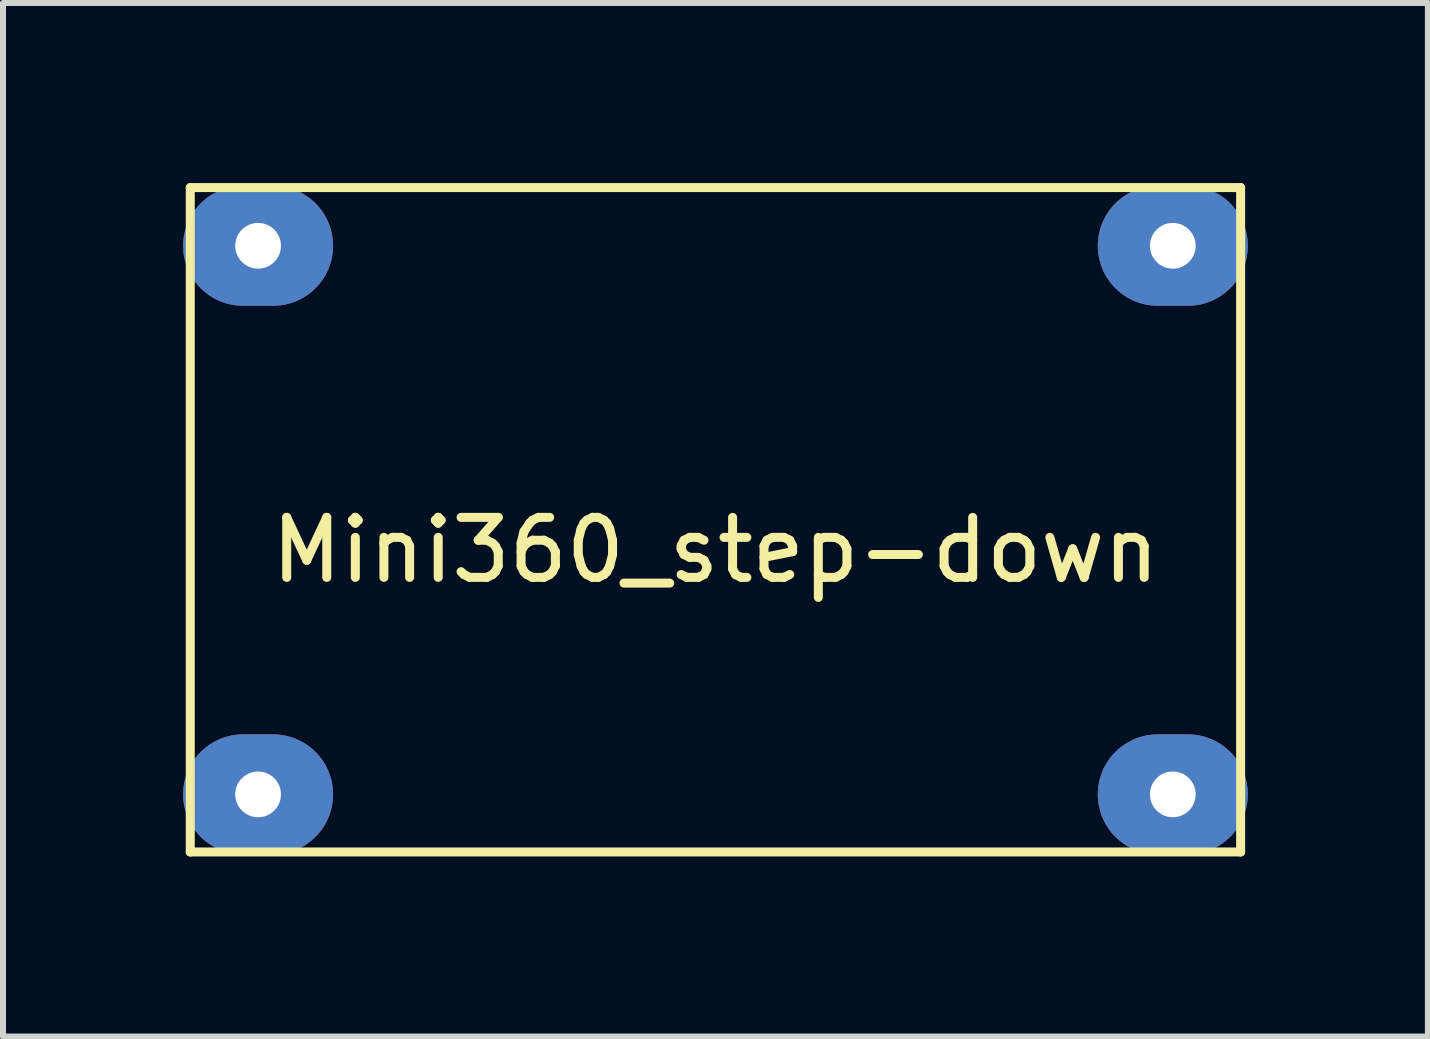
<source format=kicad_pcb>
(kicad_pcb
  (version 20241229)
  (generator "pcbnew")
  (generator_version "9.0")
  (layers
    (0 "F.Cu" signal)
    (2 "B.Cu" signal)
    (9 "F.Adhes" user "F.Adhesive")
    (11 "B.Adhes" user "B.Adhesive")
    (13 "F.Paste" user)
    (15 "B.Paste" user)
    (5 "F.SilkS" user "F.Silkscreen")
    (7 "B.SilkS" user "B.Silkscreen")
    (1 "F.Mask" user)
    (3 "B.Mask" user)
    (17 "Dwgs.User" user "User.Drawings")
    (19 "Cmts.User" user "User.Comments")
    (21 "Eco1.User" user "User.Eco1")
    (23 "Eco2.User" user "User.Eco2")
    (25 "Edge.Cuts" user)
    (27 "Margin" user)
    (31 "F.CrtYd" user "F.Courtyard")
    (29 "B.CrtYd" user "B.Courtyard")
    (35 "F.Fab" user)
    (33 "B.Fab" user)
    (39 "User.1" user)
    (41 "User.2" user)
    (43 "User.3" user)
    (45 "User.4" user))
  (footprint "Mini360_step-down"
    (layer "F.Cu")
    (at 8.87 5.615)
    (property "Reference" "Mini360_step-down" (at 0 0.5 0) (layer "F.SilkS") (effects (font (size 1 1) (thickness 0.15))))
    (attr through_hole)
    (fp_line (start -8.75 -5.54) (end -8.75 5.53) (stroke (width 0.15) (type solid)) (layer "F.SilkS"))
    (fp_line (start -8.75 -5.54) (end 8.75 -5.54) (stroke (width 0.15) (type solid)) (layer "F.SilkS"))
    (fp_line (start 8.75 5.53) (end -8.75 5.53) (stroke (width 0.15) (type solid)) (layer "F.SilkS"))
    (fp_line (start 8.75 5.53) (end 8.75 -5.54) (stroke (width 0.15) (type solid)) (layer "F.SilkS"))
    (pad "1" thru_hole oval (at -7.62 -4.57) (size 2.5 2) (drill 0.762) (layers "*.Cu" "*.Mask"))
    (pad "2" thru_hole oval (at -7.62 4.57) (size 2.5 2) (drill 0.762) (layers "*.Cu" "*.Mask"))
    (pad "3" thru_hole oval (at 7.62 -4.57) (size 2.5 2) (drill 0.762) (layers "*.Cu" "*.Mask"))
    (pad "4" thru_hole oval (at 7.62 4.57) (size 2.5 2) (drill 0.762) (layers "*.Cu" "*.Mask")))
  (gr_rect
    (start -3 -3)
    (end 20.74 14.22)
    (stroke (width 0.1) (type default))
    (fill no)
    (layer "Edge.Cuts")))
</source>
